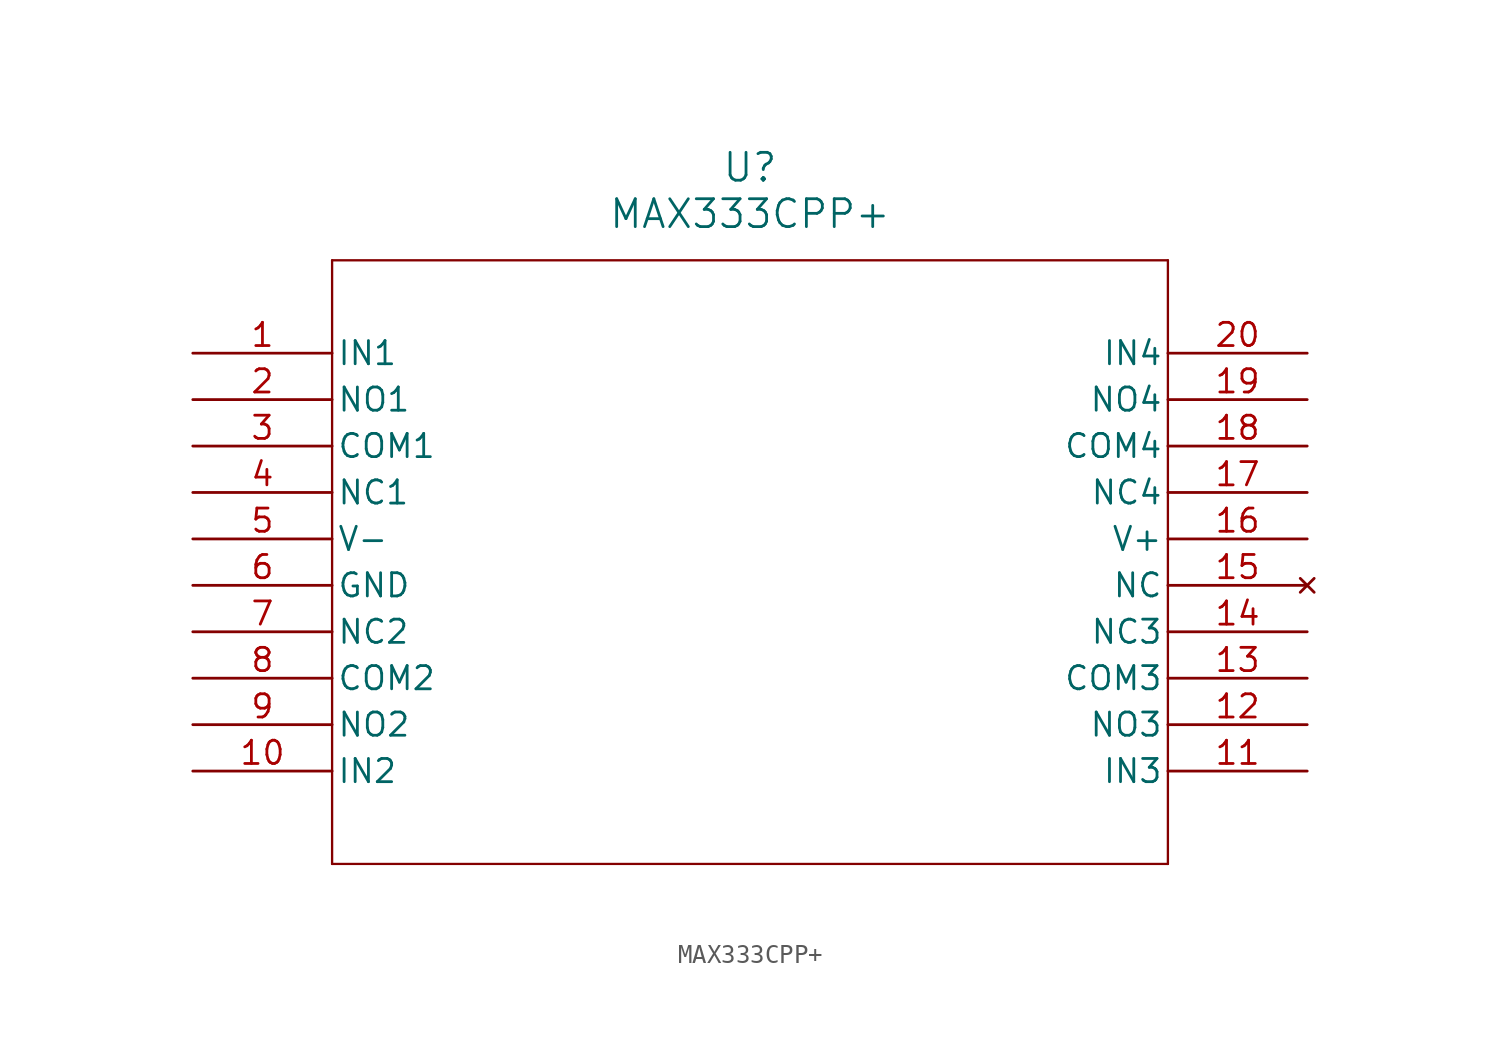
<source format=kicad_sym>
(kicad_symbol_lib
  (version 20211014)
  (generator kicad_symbol_editor)
  (symbol "MAX333CPP+"
    (pin_names
      (offset 0.254))
    (property "Reference" "U"
      (at 30.48 10.16 0)
      (effects (font (size 1.524 1.524))))
    (property "Value" "MAX333CPP+"
      (at 30.48 7.62 0)
      (effects (font (size 1.524 1.524))))
    (symbol "MAX333CPP+_0_1"
      (polyline (pts (xy 7.62 5.08) (xy 7.62 -27.94)) (stroke (width 0.127) (type default) (color 0 0 0 0)) (fill (type none)))
      (polyline (pts (xy 7.62 -27.94) (xy 53.34 -27.94)) (stroke (width 0.127) (type default) (color 0 0 0 0)) (fill (type none)))
      (polyline (pts (xy 53.34 -27.94) (xy 53.34 5.08)) (stroke (width 0.127) (type default) (color 0 0 0 0)) (fill (type none)))
      (polyline (pts (xy 53.34 5.08) (xy 7.62 5.08)) (stroke (width 0.127) (type default) (color 0 0 0 0)) (fill (type none)))
      (pin input line (at 0 0 0) (length 7.62) (name "IN1" (effects (font (size 1.27 1.27)))) (number "1" (effects (font (size 1.27 1.27)))))
      (pin unspecified line (at 0 -2.54 0) (length 7.62) (name "NO1" (effects (font (size 1.27 1.27)))) (number "2" (effects (font (size 1.27 1.27)))))
      (pin unspecified line (at 0 -5.08 0) (length 7.62) (name "COM1" (effects (font (size 1.27 1.27)))) (number "3" (effects (font (size 1.27 1.27)))))
      (pin unspecified line (at 0 -7.62 0) (length 7.62) (name "NC1" (effects (font (size 1.27 1.27)))) (number "4" (effects (font (size 1.27 1.27)))))
      (pin power_in line (at 0 -10.16 0) (length 7.62) (name "V-" (effects (font (size 1.27 1.27)))) (number "5" (effects (font (size 1.27 1.27)))))
      (pin power_in line (at 0 -12.7 0) (length 7.62) (name "GND" (effects (font (size 1.27 1.27)))) (number "6" (effects (font (size 1.27 1.27)))))
      (pin unspecified line (at 0 -15.24 0) (length 7.62) (name "NC2" (effects (font (size 1.27 1.27)))) (number "7" (effects (font (size 1.27 1.27)))))
      (pin unspecified line (at 0 -17.78 0) (length 7.62) (name "COM2" (effects (font (size 1.27 1.27)))) (number "8" (effects (font (size 1.27 1.27)))))
      (pin unspecified line (at 0 -20.32 0) (length 7.62) (name "NO2" (effects (font (size 1.27 1.27)))) (number "9" (effects (font (size 1.27 1.27)))))
      (pin input line (at 0 -22.86 0) (length 7.62) (name "IN2" (effects (font (size 1.27 1.27)))) (number "10" (effects (font (size 1.27 1.27)))))
      (pin input line (at 60.96 -22.86 180) (length 7.62) (name "IN3" (effects (font (size 1.27 1.27)))) (number "11" (effects (font (size 1.27 1.27)))))
      (pin unspecified line (at 60.96 -20.32 180) (length 7.62) (name "NO3" (effects (font (size 1.27 1.27)))) (number "12" (effects (font (size 1.27 1.27)))))
      (pin unspecified line (at 60.96 -17.78 180) (length 7.62) (name "COM3" (effects (font (size 1.27 1.27)))) (number "13" (effects (font (size 1.27 1.27)))))
      (pin unspecified line (at 60.96 -15.24 180) (length 7.62) (name "NC3" (effects (font (size 1.27 1.27)))) (number "14" (effects (font (size 1.27 1.27)))))
      (pin no_connect line (at 60.96 -12.7 180) (length 7.62) (name "NC" (effects (font (size 1.27 1.27)))) (number "15" (effects (font (size 1.27 1.27)))))
      (pin power_in line (at 60.96 -10.16 180) (length 7.62) (name "V+" (effects (font (size 1.27 1.27)))) (number "16" (effects (font (size 1.27 1.27)))))
      (pin unspecified line (at 60.96 -7.62 180) (length 7.62) (name "NC4" (effects (font (size 1.27 1.27)))) (number "17" (effects (font (size 1.27 1.27)))))
      (pin unspecified line (at 60.96 -5.08 180) (length 7.62) (name "COM4" (effects (font (size 1.27 1.27)))) (number "18" (effects (font (size 1.27 1.27)))))
      (pin unspecified line (at 60.96 -2.54 180) (length 7.62) (name "NO4" (effects (font (size 1.27 1.27)))) (number "19" (effects (font (size 1.27 1.27)))))
      (pin input line (at 60.96 0 180) (length 7.62) (name "IN4" (effects (font (size 1.27 1.27)))) (number "20" (effects (font (size 1.27 1.27))))))))
</source>
